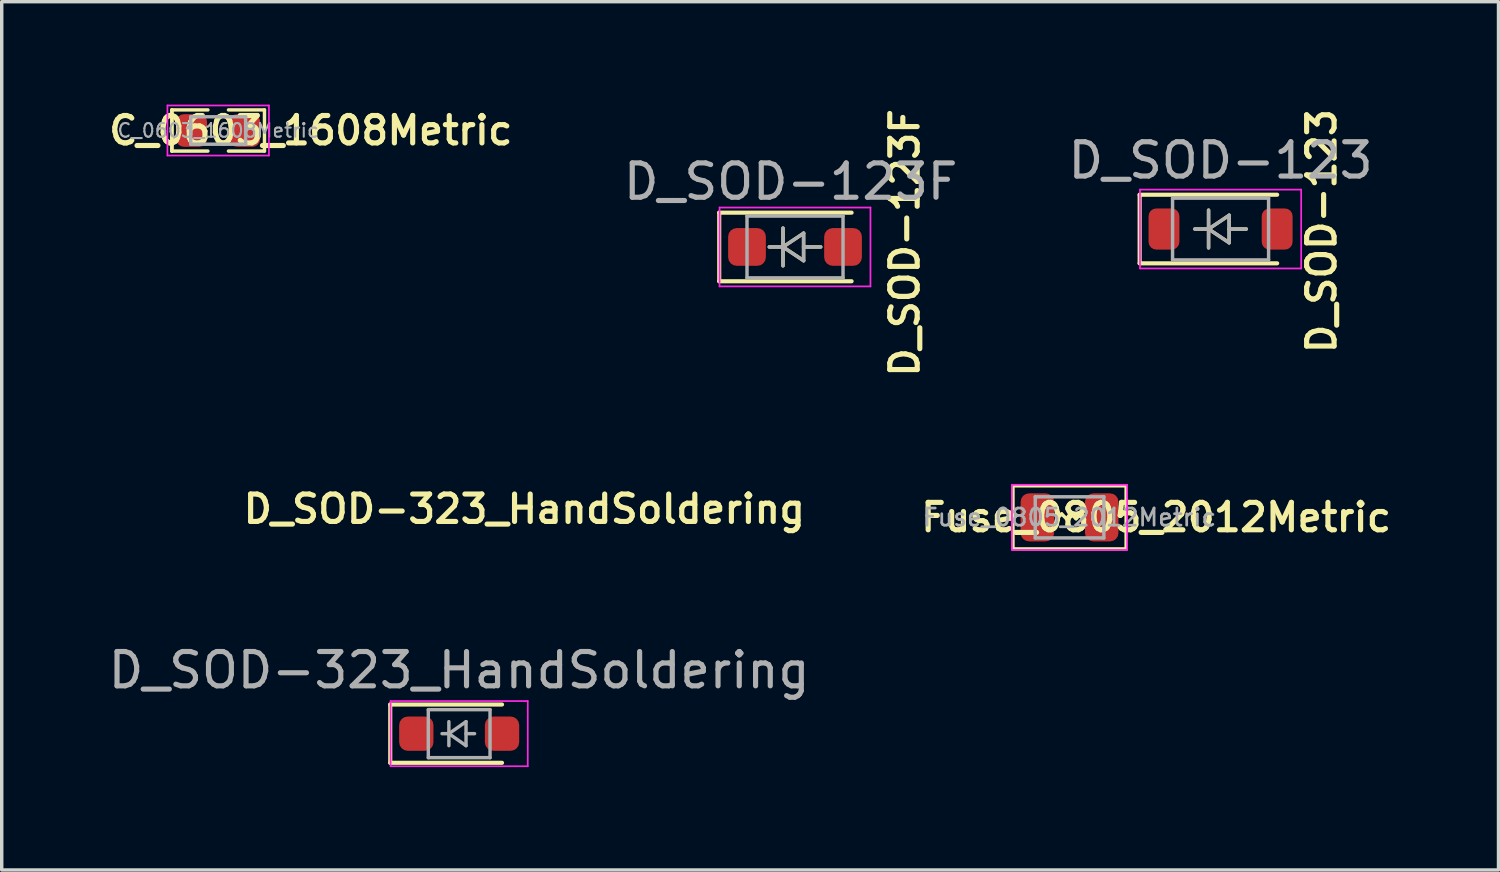
<source format=kicad_pcb>
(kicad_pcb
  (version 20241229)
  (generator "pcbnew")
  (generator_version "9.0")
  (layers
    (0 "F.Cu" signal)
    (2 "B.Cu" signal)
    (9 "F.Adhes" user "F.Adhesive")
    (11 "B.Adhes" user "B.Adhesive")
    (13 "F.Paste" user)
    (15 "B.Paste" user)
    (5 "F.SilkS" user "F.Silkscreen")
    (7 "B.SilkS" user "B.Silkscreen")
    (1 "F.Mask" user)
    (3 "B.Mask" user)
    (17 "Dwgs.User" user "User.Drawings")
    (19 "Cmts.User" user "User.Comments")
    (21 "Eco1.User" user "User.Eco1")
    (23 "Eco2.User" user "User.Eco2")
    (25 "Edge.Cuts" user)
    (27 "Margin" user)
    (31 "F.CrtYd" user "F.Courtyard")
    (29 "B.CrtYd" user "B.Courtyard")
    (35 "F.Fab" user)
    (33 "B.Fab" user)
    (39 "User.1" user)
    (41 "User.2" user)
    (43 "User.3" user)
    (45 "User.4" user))
  (footprint "C_0603_1608Metric"
    (layer "F.Cu")
    (at 3.312 0.755)
    (property "Reference" "C_0603_1608Metric" (at 2.7 0 180) (layer "F.SilkS") (effects (font (size 0.8 0.8) (thickness 0.15))))
    (attr smd)
    (fp_line (start -1.35 -0.6) (end -1.35 0.6) (stroke (width 0.1) (type default)) (layer "F.SilkS"))
    (fp_line (start -1.35 -0.6) (end -1.35 0.6) (stroke (width 0.1) (type default)) (layer "F.SilkS"))
    (fp_line (start -1.35 -0.6) (end -0.3 -0.6) (stroke (width 0.1) (type default)) (layer "F.SilkS"))
    (fp_line (start -1.35 0.6) (end -0.3 0.6) (stroke (width 0.1) (type default)) (layer "F.SilkS"))
    (fp_line (start 1.35 -0.6) (end 0.3 -0.6) (stroke (width 0.1) (type default)) (layer "F.SilkS"))
    (fp_line (start 1.35 0.6) (end 0.3 0.6) (stroke (width 0.1) (type default)) (layer "F.SilkS"))
    (fp_line (start 1.35 0.6) (end 1.35 -0.6) (stroke (width 0.1) (type default)) (layer "F.SilkS"))
    (fp_line (start -1.48 -0.73) (end 1.48 -0.73) (stroke (width 0.05) (type solid)) (layer "F.CrtYd"))
    (fp_line (start -1.48 0.73) (end -1.48 -0.73) (stroke (width 0.05) (type solid)) (layer "F.CrtYd"))
    (fp_line (start 1.48 -0.73) (end 1.48 0.73) (stroke (width 0.05) (type solid)) (layer "F.CrtYd"))
    (fp_line (start 1.48 0.73) (end -1.48 0.73) (stroke (width 0.05) (type solid)) (layer "F.CrtYd"))
    (fp_line (start -0.8 -0.4) (end 0.8 -0.4) (stroke (width 0.1) (type solid)) (layer "F.Fab"))
    (fp_line (start -0.8 0.4) (end -0.8 -0.4) (stroke (width 0.1) (type solid)) (layer "F.Fab"))
    (fp_line (start 0.8 -0.4) (end 0.8 0.4) (stroke (width 0.1) (type solid)) (layer "F.Fab"))
    (fp_line (start 0.8 0.4) (end -0.8 0.4) (stroke (width 0.1) (type solid)) (layer "F.Fab"))
    (fp_text user "${REFERENCE}" (at 0 0 180) (layer "F.Fab") (effects (font (size 0.4 0.4) (thickness 0.06))))
    (pad "1" smd roundrect (at -0.775 0) (size 0.9 0.95) (layers "F.Cu" "F.Mask" "F.Paste") (roundrect_rratio 0.25))
    (pad "2" smd roundrect (at 0.775 0) (size 0.9 0.95) (layers "F.Cu" "F.Mask" "F.Paste") (roundrect_rratio 0.25)))
  (footprint "Fuse_0805_2012Metric"
    (layer "F.Cu")
    (at 28.137 12.036)
    (property "Reference" "Fuse_0805_2012Metric" (at 2.525 0 180) (layer "F.SilkS") (effects (font (size 0.8 0.8) (thickness 0.15))))
    (attr smd)
    (fp_line (start -0.37 0.04) (end -0.23 -0.1) (stroke (width 0.1) (type default)) (layer "F.SilkS"))
    (fp_line (start -0.23 -0.1) (end -0.09 0.04) (stroke (width 0.1) (type default)) (layer "F.SilkS"))
    (fp_line (start -0.09 0.04) (end 0.05 -0.1) (stroke (width 0.1) (type default)) (layer "F.SilkS"))
    (fp_line (start 0.05 -0.1) (end 0.19 0.04) (stroke (width 0.1) (type default)) (layer "F.SilkS"))
    (fp_line (start 0.19 0.04) (end 0.33 -0.1) (stroke (width 0.1) (type default)) (layer "F.SilkS"))
    (fp_rect (start -1.65 -0.92) (end 1.65 0.92) (stroke (width 0.1) (type default)) (fill no) (layer "F.SilkS"))
    (fp_line (start -1.68 -0.95) (end 1.68 -0.95) (stroke (width 0.05) (type solid)) (layer "F.CrtYd"))
    (fp_line (start -1.68 0.95) (end -1.68 -0.95) (stroke (width 0.05) (type solid)) (layer "F.CrtYd"))
    (fp_line (start 1.68 -0.95) (end 1.68 0.95) (stroke (width 0.05) (type solid)) (layer "F.CrtYd"))
    (fp_line (start 1.68 0.95) (end -1.68 0.95) (stroke (width 0.05) (type solid)) (layer "F.CrtYd"))
    (fp_line (start -1 -0.6) (end 1 -0.6) (stroke (width 0.1) (type solid)) (layer "F.Fab"))
    (fp_line (start -1 0.6) (end -1 -0.6) (stroke (width 0.1) (type solid)) (layer "F.Fab"))
    (fp_line (start 1 -0.6) (end 1 0.6) (stroke (width 0.1) (type solid)) (layer "F.Fab"))
    (fp_line (start 1 0.6) (end -1 0.6) (stroke (width 0.1) (type solid)) (layer "F.Fab"))
    (fp_text user "${REFERENCE}" (at 0 0 0) (layer "F.Fab") (effects (font (size 0.5 0.5) (thickness 0.08))))
    (pad "1" smd roundrect (at -0.938 0) (size 0.975 1.4) (layers "F.Cu" "F.Mask" "F.Paste") (roundrect_rratio 0.25))
    (pad "2" smd roundrect (at 0.938 0) (size 0.975 1.4) (layers "F.Cu" "F.Mask" "F.Paste") (roundrect_rratio 0.25)))
  (footprint "D_SOD-123F"
    (layer "F.Cu")
    (at 20.132 4.151)
    (property "Reference" "D_SOD-123F" (at 3.2 -0.12 90) (layer "F.SilkS") (effects (font (size 0.8 0.8) (thickness 0.15))))
    (attr smd)
    (fp_line (start -2.21 -1) (end -2.21 1) (stroke (width 0.12) (type solid)) (layer "F.SilkS"))
    (fp_line (start -2.21 -1) (end 1.65 -1) (stroke (width 0.12) (type solid)) (layer "F.SilkS"))
    (fp_line (start -2.21 1) (end 1.65 1) (stroke (width 0.12) (type solid)) (layer "F.SilkS"))
    (fp_line (start -0.75 0) (end -0.35 0) (stroke (width 0.1) (type solid)) (layer "F.SilkS"))
    (fp_line (start -0.35 0) (end -0.35 -0.55) (stroke (width 0.1) (type solid)) (layer "F.SilkS"))
    (fp_line (start -0.35 0) (end -0.35 0.55) (stroke (width 0.1) (type solid)) (layer "F.SilkS"))
    (fp_line (start -0.35 0) (end 0.25 -0.4) (stroke (width 0.1) (type solid)) (layer "F.SilkS"))
    (fp_line (start 0.25 -0.4) (end 0.25 0.4) (stroke (width 0.1) (type solid)) (layer "F.SilkS"))
    (fp_line (start 0.25 0) (end 0.75 0) (stroke (width 0.1) (type solid)) (layer "F.SilkS"))
    (fp_line (start 0.25 0.4) (end -0.35 0) (stroke (width 0.1) (type solid)) (layer "F.SilkS"))
    (fp_line (start -2.2 -1.15) (end -2.2 1.15) (stroke (width 0.05) (type solid)) (layer "F.CrtYd"))
    (fp_line (start -2.2 -1.15) (end 2.2 -1.15) (stroke (width 0.05) (type solid)) (layer "F.CrtYd"))
    (fp_line (start 2.2 -1.15) (end 2.2 1.15) (stroke (width 0.05) (type solid)) (layer "F.CrtYd"))
    (fp_line (start 2.2 1.15) (end -2.2 1.15) (stroke (width 0.05) (type solid)) (layer "F.CrtYd"))
    (fp_line (start -1.4 -0.9) (end 1.4 -0.9) (stroke (width 0.1) (type solid)) (layer "F.Fab"))
    (fp_line (start -1.4 0.9) (end -1.4 -0.9) (stroke (width 0.1) (type solid)) (layer "F.Fab"))
    (fp_line (start -0.75 0) (end -0.35 0) (stroke (width 0.1) (type solid)) (layer "F.Fab"))
    (fp_line (start -0.35 0) (end -0.35 -0.55) (stroke (width 0.1) (type solid)) (layer "F.Fab"))
    (fp_line (start -0.35 0) (end -0.35 0.55) (stroke (width 0.1) (type solid)) (layer "F.Fab"))
    (fp_line (start -0.35 0) (end 0.25 -0.4) (stroke (width 0.1) (type solid)) (layer "F.Fab"))
    (fp_line (start 0.25 -0.4) (end 0.25 0.4) (stroke (width 0.1) (type solid)) (layer "F.Fab"))
    (fp_line (start 0.25 0) (end 0.75 0) (stroke (width 0.1) (type solid)) (layer "F.Fab"))
    (fp_line (start 0.25 0.4) (end -0.35 0) (stroke (width 0.1) (type solid)) (layer "F.Fab"))
    (fp_line (start 1.4 -0.9) (end 1.4 0.9) (stroke (width 0.1) (type solid)) (layer "F.Fab"))
    (fp_line (start 1.4 0.9) (end -1.4 0.9) (stroke (width 0.1) (type solid)) (layer "F.Fab"))
    (fp_text user "${REFERENCE}" (at -0.127 -1.905 0) (layer "F.Fab") (effects (font (size 1 1) (thickness 0.15))))
    (pad "1" smd roundrect (at -1.4 0) (size 1.1 1.1) (layers "F.Cu" "F.Mask" "F.Paste") (roundrect_rratio 0.227))
    (pad "2" smd roundrect (at 1.4 0) (size 1.1 1.1) (layers "F.Cu" "F.Mask" "F.Paste") (roundrect_rratio 0.227)))
  (footprint "D_SOD-323_HandSoldering"
    (layer "F.Cu")
    (at 10.339 18.343)
    (property "Reference" "D_SOD-323_HandSoldering" (at 1.9 -6.55 180) (layer "F.SilkS") (effects (font (size 0.8 0.8) (thickness 0.15))))
    (attr smd)
    (fp_line (start -2.01 -0.85) (end -2.01 0.85) (stroke (width 0.12) (type solid)) (layer "F.SilkS"))
    (fp_line (start -2.01 -0.85) (end 1.25 -0.85) (stroke (width 0.12) (type solid)) (layer "F.SilkS"))
    (fp_line (start -2.01 0.85) (end 1.25 0.85) (stroke (width 0.12) (type solid)) (layer "F.SilkS"))
    (fp_line (start -2 -0.95) (end -2 0.95) (stroke (width 0.05) (type solid)) (layer "F.CrtYd"))
    (fp_line (start -2 -0.95) (end 2 -0.95) (stroke (width 0.05) (type solid)) (layer "F.CrtYd"))
    (fp_line (start -2 0.95) (end 2 0.95) (stroke (width 0.05) (type solid)) (layer "F.CrtYd"))
    (fp_line (start 2 -0.95) (end 2 0.95) (stroke (width 0.05) (type solid)) (layer "F.CrtYd"))
    (fp_line (start -0.9 -0.7) (end 0.9 -0.7) (stroke (width 0.1) (type solid)) (layer "F.Fab"))
    (fp_line (start -0.9 0.7) (end -0.9 -0.7) (stroke (width 0.1) (type solid)) (layer "F.Fab"))
    (fp_line (start -0.3 -0.35) (end -0.3 0.35) (stroke (width 0.1) (type solid)) (layer "F.Fab"))
    (fp_line (start -0.3 0) (end -0.5 0) (stroke (width 0.1) (type solid)) (layer "F.Fab"))
    (fp_line (start -0.3 0) (end 0.2 -0.35) (stroke (width 0.1) (type solid)) (layer "F.Fab"))
    (fp_line (start 0.2 -0.35) (end 0.2 0.35) (stroke (width 0.1) (type solid)) (layer "F.Fab"))
    (fp_line (start 0.2 0) (end 0.45 0) (stroke (width 0.1) (type solid)) (layer "F.Fab"))
    (fp_line (start 0.2 0.35) (end -0.3 0) (stroke (width 0.1) (type solid)) (layer "F.Fab"))
    (fp_line (start 0.9 -0.7) (end 0.9 0.7) (stroke (width 0.1) (type solid)) (layer "F.Fab"))
    (fp_line (start 0.9 0.7) (end -0.9 0.7) (stroke (width 0.1) (type solid)) (layer "F.Fab"))
    (fp_text user "${REFERENCE}" (at 0 -1.85 180) (layer "F.Fab") (effects (font (size 1 1) (thickness 0.15))))
    (pad "1" smd roundrect (at -1.25 0) (size 1 1) (layers "F.Cu" "F.Mask" "F.Paste") (roundrect_rratio 0.25))
    (pad "2" smd roundrect (at 1.25 0) (size 1 1) (layers "F.Cu" "F.Mask" "F.Paste") (roundrect_rratio 0.25)))
  (footprint "D_SOD-123"
    (layer "F.Cu")
    (at 32.541 3.628)
    (property "Reference" "D_SOD-123" (at 2.947 0.06 90) (layer "F.SilkS") (effects (font (size 0.8 0.8) (thickness 0.15))))
    (attr smd)
    (fp_line (start -2.36 -1) (end -2.36 1) (stroke (width 0.12) (type solid)) (layer "F.SilkS"))
    (fp_line (start -2.36 -1) (end 1.65 -1) (stroke (width 0.12) (type solid)) (layer "F.SilkS"))
    (fp_line (start -2.36 1) (end 1.65 1) (stroke (width 0.12) (type solid)) (layer "F.SilkS"))
    (fp_line (start -0.75 0) (end -0.35 0) (stroke (width 0.1) (type solid)) (layer "F.SilkS"))
    (fp_line (start -0.35 0) (end -0.35 -0.55) (stroke (width 0.1) (type solid)) (layer "F.SilkS"))
    (fp_line (start -0.35 0) (end -0.35 0.55) (stroke (width 0.1) (type solid)) (layer "F.SilkS"))
    (fp_line (start -0.35 0) (end 0.25 -0.4) (stroke (width 0.1) (type solid)) (layer "F.SilkS"))
    (fp_line (start 0.25 -0.4) (end 0.25 0.4) (stroke (width 0.1) (type solid)) (layer "F.SilkS"))
    (fp_line (start 0.25 0) (end 0.75 0) (stroke (width 0.1) (type solid)) (layer "F.SilkS"))
    (fp_line (start 0.25 0.4) (end -0.35 0) (stroke (width 0.1) (type solid)) (layer "F.SilkS"))
    (fp_line (start -2.35 -1.15) (end -2.35 1.15) (stroke (width 0.05) (type solid)) (layer "F.CrtYd"))
    (fp_line (start -2.35 -1.15) (end 2.35 -1.15) (stroke (width 0.05) (type solid)) (layer "F.CrtYd"))
    (fp_line (start 2.35 -1.15) (end 2.35 1.15) (stroke (width 0.05) (type solid)) (layer "F.CrtYd"))
    (fp_line (start 2.35 1.15) (end -2.35 1.15) (stroke (width 0.05) (type solid)) (layer "F.CrtYd"))
    (fp_line (start -1.4 -0.9) (end 1.4 -0.9) (stroke (width 0.1) (type solid)) (layer "F.Fab"))
    (fp_line (start -1.4 0.9) (end -1.4 -0.9) (stroke (width 0.1) (type solid)) (layer "F.Fab"))
    (fp_line (start -0.75 0) (end -0.35 0) (stroke (width 0.1) (type solid)) (layer "F.Fab"))
    (fp_line (start -0.35 0) (end -0.35 -0.55) (stroke (width 0.1) (type solid)) (layer "F.Fab"))
    (fp_line (start -0.35 0) (end -0.35 0.55) (stroke (width 0.1) (type solid)) (layer "F.Fab"))
    (fp_line (start -0.35 0) (end 0.25 -0.4) (stroke (width 0.1) (type solid)) (layer "F.Fab"))
    (fp_line (start 0.25 -0.4) (end 0.25 0.4) (stroke (width 0.1) (type solid)) (layer "F.Fab"))
    (fp_line (start 0.25 0) (end 0.75 0) (stroke (width 0.1) (type solid)) (layer "F.Fab"))
    (fp_line (start 0.25 0.4) (end -0.35 0) (stroke (width 0.1) (type solid)) (layer "F.Fab"))
    (fp_line (start 1.4 -0.9) (end 1.4 0.9) (stroke (width 0.1) (type solid)) (layer "F.Fab"))
    (fp_line (start 1.4 0.9) (end -1.4 0.9) (stroke (width 0.1) (type solid)) (layer "F.Fab"))
    (fp_text user "${REFERENCE}" (at 0 -2 0) (layer "F.Fab") (effects (font (size 1 1) (thickness 0.15))))
    (pad "1" smd roundrect (at -1.65 0) (size 0.9 1.2) (layers "F.Cu" "F.Mask" "F.Paste") (roundrect_rratio 0.25))
    (pad "2" smd roundrect (at 1.65 0) (size 0.9 1.2) (layers "F.Cu" "F.Mask" "F.Paste") (roundrect_rratio 0.25)))
  (gr_rect
    (start -3 -3)
    (end 40.645 22.318)
    (stroke (width 0.1) (type default))
    (fill no)
    (layer "Edge.Cuts")))
</source>
